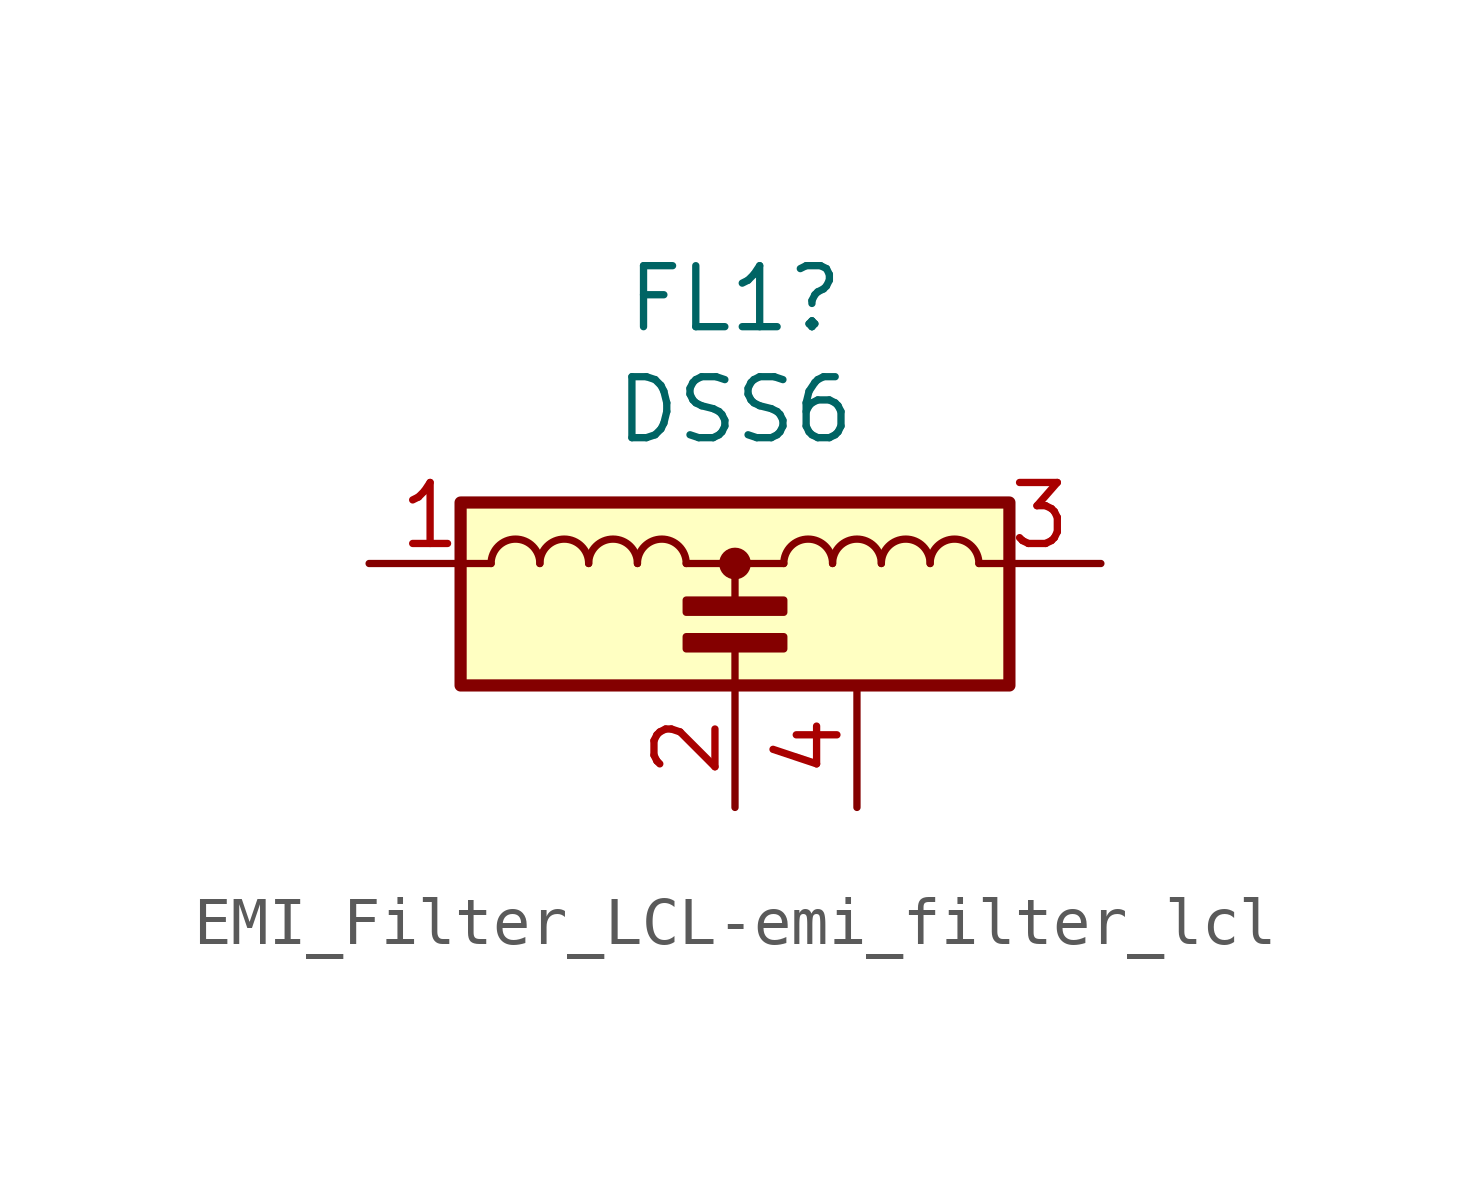
<source format=kicad_sym>
(kicad_symbol_lib
  (version 20211014)
  (generator kicad_symbol_editor)
  (symbol "EMI_Filter_LCL-emi_filter_lcl"
    (pin_names
      (offset 0.254) hide)
    (property "Reference" "FL1"
      (at 0 8.052 0)
      (effects (font (size 1.27 1.27))))
    (property "Value" "DSS6"
      (at 0 5.74 0)
      (effects (font (size 1.27 1.27))))
    (symbol "EMI_Filter_LCL-emi_filter_lcl_0_1"
      (rectangle (start -5.715 3.81) (end 5.715 0) (stroke (width 0.254) (type default) (color 0 0 0 0)) (fill (type background)))
      (arc (start -4.064 2.54) (mid -4.572 3.048) (end -5.08 2.54) (stroke (width 0) (type default) (color 0 0 0 0)) (fill (type none)))
      (arc (start -3.048 2.54) (mid -3.556 3.048) (end -4.064 2.54) (stroke (width 0) (type default) (color 0 0 0 0)) (fill (type none)))
      (arc (start -2.032 2.54) (mid -2.54 3.048) (end -3.048 2.54) (stroke (width 0) (type default) (color 0 0 0 0)) (fill (type none)))
      (rectangle (start -1.016 0.762) (end 1.016 1.016) (stroke (width 0) (type default) (color 0 0 0 0)) (fill (type outline)))
      (arc (start -1.016 2.54) (mid -1.524 3.048) (end -2.032 2.54) (stroke (width 0) (type default) (color 0 0 0 0)) (fill (type none)))
      (polyline (pts (xy -1.016 2.54) (xy 1.016 2.54)) (stroke (width 0) (type default) (color 0 0 0 0)) (fill (type none)))
      (polyline (pts (xy 0 0.762) (xy 0 0)) (stroke (width 0) (type default) (color 0 0 0 0)) (fill (type none)))
      (polyline (pts (xy 0 2.54) (xy 0 1.778)) (stroke (width 0) (type default) (color 0 0 0 0)) (fill (type none)))
      (circle (center 0 2.54) (radius 0.254) (stroke (width 0) (type default) (color 0 0 0 0)) (fill (type outline)))
      (rectangle (start 1.016 1.524) (end -1.016 1.778) (stroke (width 0) (type default) (color 0 0 0 0)) (fill (type outline)))
      (arc (start 2.032 2.54) (mid 1.524 3.048) (end 1.016 2.54) (stroke (width 0) (type default) (color 0 0 0 0)) (fill (type none)))
      (arc (start 3.048 2.54) (mid 2.54 3.048) (end 2.032 2.54) (stroke (width 0) (type default) (color 0 0 0 0)) (fill (type none)))
      (arc (start 4.064 2.54) (mid 3.556 3.048) (end 3.048 2.54) (stroke (width 0) (type default) (color 0 0 0 0)) (fill (type none)))
      (arc (start 5.08 2.54) (mid 4.572 3.048) (end 4.064 2.54) (stroke (width 0) (type default) (color 0 0 0 0)) (fill (type none))))
    (symbol "EMI_Filter_LCL-emi_filter_lcl_1_1"
      (pin passive line (at -7.62 2.54 0) (length 2.54) (name "1" (effects (font (size 1.27 1.27)))) (number "1" (effects (font (size 1.27 1.27)))))
      (pin passive line (at 0 -2.54 90) (length 2.54) (name "2" (effects (font (size 1.27 1.27)))) (number "2" (effects (font (size 1.27 1.27)))))
      (pin passive line (at 7.62 2.54 180) (length 2.54) (name "3" (effects (font (size 1.27 1.27)))) (number "3" (effects (font (size 1.27 1.27)))))
      (pin passive line (at 2.54 -2.54 90) (length 2.54) (name "GND" (effects (font (size 1.27 1.27)))) (number "4" (effects (font (size 1.27 1.27))))))))
</source>
